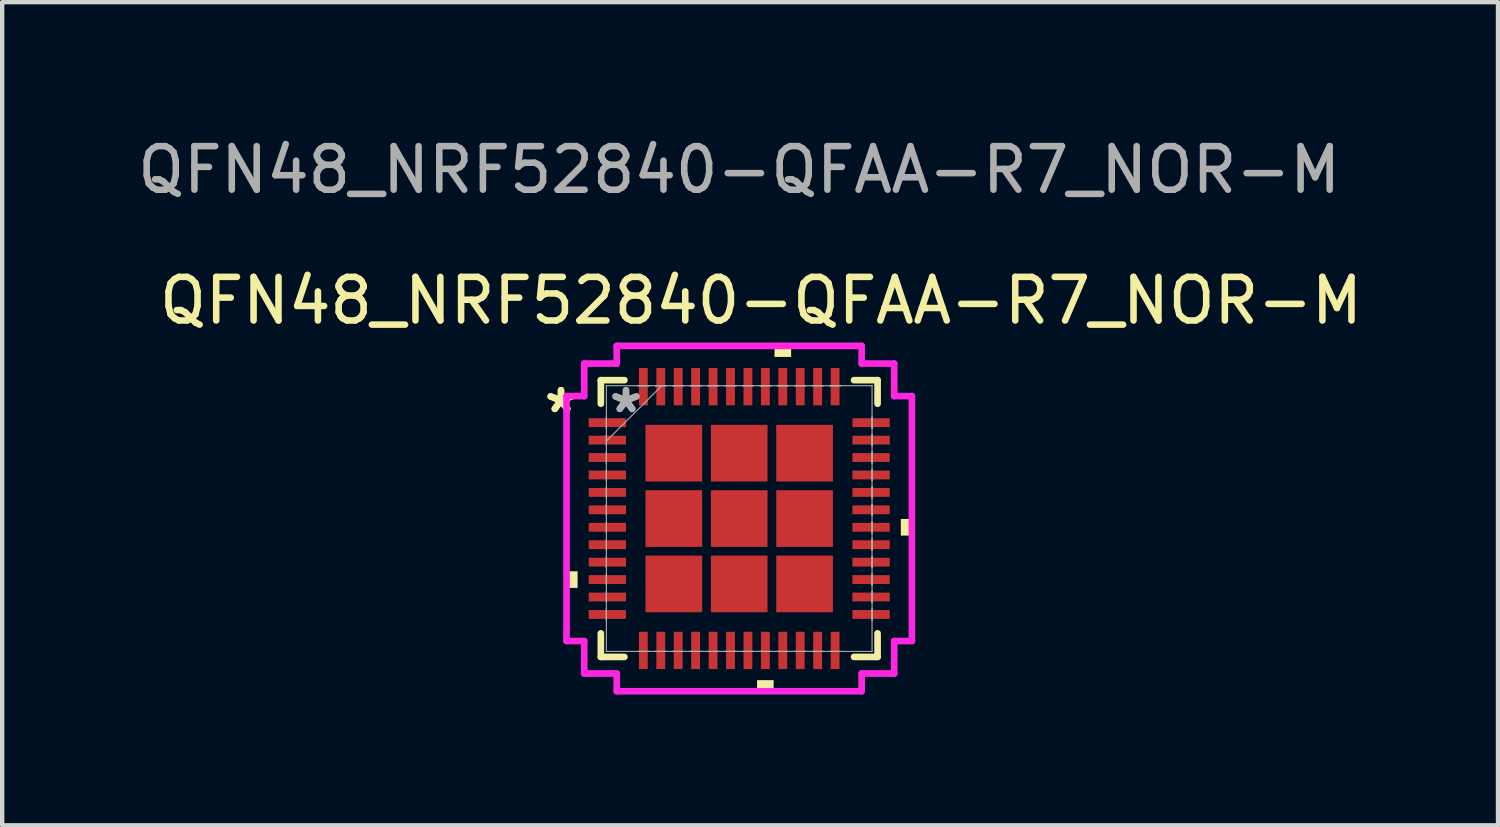
<source format=kicad_pcb>
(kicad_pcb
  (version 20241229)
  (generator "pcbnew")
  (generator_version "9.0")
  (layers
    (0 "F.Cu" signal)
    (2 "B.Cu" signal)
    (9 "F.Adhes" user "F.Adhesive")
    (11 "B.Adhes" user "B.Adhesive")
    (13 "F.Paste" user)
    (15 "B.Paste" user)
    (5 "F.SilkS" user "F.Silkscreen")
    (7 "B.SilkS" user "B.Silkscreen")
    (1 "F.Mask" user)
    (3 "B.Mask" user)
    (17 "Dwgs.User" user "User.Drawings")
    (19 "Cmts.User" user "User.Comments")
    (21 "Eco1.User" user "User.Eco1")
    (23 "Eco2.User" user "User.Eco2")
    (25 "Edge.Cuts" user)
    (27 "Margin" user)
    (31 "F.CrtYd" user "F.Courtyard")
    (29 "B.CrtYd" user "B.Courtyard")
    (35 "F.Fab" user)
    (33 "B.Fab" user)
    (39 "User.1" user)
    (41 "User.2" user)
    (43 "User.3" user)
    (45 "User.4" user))
  (footprint "QFN48_NRF52840-QFAA-R7_NOR-M"
    (layer "F.Cu")
    (at 13.911 8.848)
    (property "Reference" "QFN48_NRF52840-QFAA-R7_NOR-M" (at 0.5 -5 0) (unlocked yes) (layer "F.SilkS") (effects (font (size 1 1) (thickness 0.15))))
    (attr smd)
    (fp_line (start -3.175 -3.175) (end -3.175 -2.634) (stroke (width 0.152) (type solid)) (layer "F.SilkS"))
    (fp_line (start -3.175 2.634) (end -3.175 3.175) (stroke (width 0.152) (type solid)) (layer "F.SilkS"))
    (fp_line (start -3.175 3.175) (end -2.634 3.175) (stroke (width 0.152) (type solid)) (layer "F.SilkS"))
    (fp_line (start -2.634 -3.175) (end -3.175 -3.175) (stroke (width 0.152) (type solid)) (layer "F.SilkS"))
    (fp_line (start 2.634 3.175) (end 3.175 3.175) (stroke (width 0.152) (type solid)) (layer "F.SilkS"))
    (fp_line (start 3.175 -3.175) (end 2.634 -3.175) (stroke (width 0.152) (type solid)) (layer "F.SilkS"))
    (fp_line (start 3.175 -2.634) (end 3.175 -3.175) (stroke (width 0.152) (type solid)) (layer "F.SilkS"))
    (fp_line (start 3.175 3.175) (end 3.175 2.634) (stroke (width 0.152) (type solid)) (layer "F.SilkS"))
    (fp_poly (pts (xy -3.962 1.21) (xy -3.962 1.591) (xy -3.708 1.591) (xy -3.708 1.21)) (stroke (width 0) (type solid)) (fill yes) (layer "F.SilkS"))
    (fp_poly (pts (xy 0.409 3.708) (xy 0.409 3.962) (xy 0.79 3.962) (xy 0.79 3.708)) (stroke (width 0) (type solid)) (fill yes) (layer "F.SilkS"))
    (fp_poly (pts (xy 0.81 -3.708) (xy 0.81 -3.962) (xy 1.191 -3.962) (xy 1.191 -3.708)) (stroke (width 0) (type solid)) (fill yes) (layer "F.SilkS"))
    (fp_poly (pts (xy 3.962 0.009) (xy 3.962 0.391) (xy 3.708 0.391) (xy 3.708 0.009)) (stroke (width 0) (type solid)) (fill yes) (layer "F.SilkS"))
    (fp_poly (pts (xy -2.249 -2.249) (xy -2.249 -0.883) (xy -0.883 -0.883) (xy -0.883 -2.249)) (stroke (width 0) (type solid)) (fill yes) (layer "F.Paste"))
    (fp_poly (pts (xy -2.249 -0.683) (xy -2.249 0.683) (xy -0.883 0.683) (xy -0.883 -0.683)) (stroke (width 0) (type solid)) (fill yes) (layer "F.Paste"))
    (fp_poly (pts (xy -2.249 0.883) (xy -2.249 2.249) (xy -0.883 2.249) (xy -0.883 0.883)) (stroke (width 0) (type solid)) (fill yes) (layer "F.Paste"))
    (fp_poly (pts (xy -0.683 -2.249) (xy -0.683 -0.883) (xy 0.683 -0.883) (xy 0.683 -2.249)) (stroke (width 0) (type solid)) (fill yes) (layer "F.Paste"))
    (fp_poly (pts (xy -0.683 -0.683) (xy -0.683 0.683) (xy 0.683 0.683) (xy 0.683 -0.683)) (stroke (width 0) (type solid)) (fill yes) (layer "F.Paste"))
    (fp_poly (pts (xy -0.683 0.883) (xy -0.683 2.249) (xy 0.683 2.249) (xy 0.683 0.883)) (stroke (width 0) (type solid)) (fill yes) (layer "F.Paste"))
    (fp_poly (pts (xy 0.883 -2.249) (xy 0.883 -0.883) (xy 2.249 -0.883) (xy 2.249 -2.249)) (stroke (width 0) (type solid)) (fill yes) (layer "F.Paste"))
    (fp_poly (pts (xy 0.883 -0.683) (xy 0.883 0.683) (xy 2.249 0.683) (xy 2.249 -0.683)) (stroke (width 0) (type solid)) (fill yes) (layer "F.Paste"))
    (fp_poly (pts (xy 0.883 0.883) (xy 0.883 2.249) (xy 2.249 2.249) (xy 2.249 0.883)) (stroke (width 0) (type solid)) (fill yes) (layer "F.Paste"))
    (fp_line (start -3.962 -2.81) (end -3.556 -2.81) (stroke (width 0.152) (type solid)) (layer "F.CrtYd"))
    (fp_line (start -3.962 2.81) (end -3.962 -2.81) (stroke (width 0.152) (type solid)) (layer "F.CrtYd"))
    (fp_line (start -3.556 -3.556) (end -2.81 -3.556) (stroke (width 0.152) (type solid)) (layer "F.CrtYd"))
    (fp_line (start -3.556 -2.81) (end -3.556 -3.556) (stroke (width 0.152) (type solid)) (layer "F.CrtYd"))
    (fp_line (start -3.556 2.81) (end -3.962 2.81) (stroke (width 0.152) (type solid)) (layer "F.CrtYd"))
    (fp_line (start -3.556 3.556) (end -3.556 2.81) (stroke (width 0.152) (type solid)) (layer "F.CrtYd"))
    (fp_line (start -2.81 -3.962) (end 2.81 -3.962) (stroke (width 0.152) (type solid)) (layer "F.CrtYd"))
    (fp_line (start -2.81 -3.556) (end -2.81 -3.962) (stroke (width 0.152) (type solid)) (layer "F.CrtYd"))
    (fp_line (start -2.81 3.556) (end -3.556 3.556) (stroke (width 0.152) (type solid)) (layer "F.CrtYd"))
    (fp_line (start -2.81 3.962) (end -2.81 3.556) (stroke (width 0.152) (type solid)) (layer "F.CrtYd"))
    (fp_line (start 2.81 -3.962) (end 2.81 -3.556) (stroke (width 0.152) (type solid)) (layer "F.CrtYd"))
    (fp_line (start 2.81 -3.556) (end 3.556 -3.556) (stroke (width 0.152) (type solid)) (layer "F.CrtYd"))
    (fp_line (start 2.81 3.556) (end 2.81 3.962) (stroke (width 0.152) (type solid)) (layer "F.CrtYd"))
    (fp_line (start 2.81 3.962) (end -2.81 3.962) (stroke (width 0.152) (type solid)) (layer "F.CrtYd"))
    (fp_line (start 3.556 -3.556) (end 3.556 -2.81) (stroke (width 0.152) (type solid)) (layer "F.CrtYd"))
    (fp_line (start 3.556 -2.81) (end 3.962 -2.81) (stroke (width 0.152) (type solid)) (layer "F.CrtYd"))
    (fp_line (start 3.556 2.81) (end 3.556 3.556) (stroke (width 0.152) (type solid)) (layer "F.CrtYd"))
    (fp_line (start 3.556 3.556) (end 2.81 3.556) (stroke (width 0.152) (type solid)) (layer "F.CrtYd"))
    (fp_line (start 3.962 -2.81) (end 3.962 2.81) (stroke (width 0.152) (type solid)) (layer "F.CrtYd"))
    (fp_line (start 3.962 2.81) (end 3.556 2.81) (stroke (width 0.152) (type solid)) (layer "F.CrtYd"))
    (fp_line (start -3.048 -3.048) (end -3.048 -3.048) (stroke (width 0.025) (type solid)) (layer "F.Fab"))
    (fp_line (start -3.048 -3.048) (end -3.048 3.048) (stroke (width 0.025) (type solid)) (layer "F.Fab"))
    (fp_line (start -3.048 -2.327) (end -3.048 -2.327) (stroke (width 0.025) (type solid)) (layer "F.Fab"))
    (fp_line (start -3.048 -2.327) (end -3.048 -2.073) (stroke (width 0.025) (type solid)) (layer "F.Fab"))
    (fp_line (start -3.048 -2.073) (end -3.048 -2.327) (stroke (width 0.025) (type solid)) (layer "F.Fab"))
    (fp_line (start -3.048 -2.073) (end -3.048 -2.073) (stroke (width 0.025) (type solid)) (layer "F.Fab"))
    (fp_line (start -3.048 -1.927) (end -3.048 -1.927) (stroke (width 0.025) (type solid)) (layer "F.Fab"))
    (fp_line (start -3.048 -1.927) (end -3.048 -1.673) (stroke (width 0.025) (type solid)) (layer "F.Fab"))
    (fp_line (start -3.048 -1.778) (end -1.778 -3.048) (stroke (width 0.025) (type solid)) (layer "F.Fab"))
    (fp_line (start -3.048 -1.673) (end -3.048 -1.927) (stroke (width 0.025) (type solid)) (layer "F.Fab"))
    (fp_line (start -3.048 -1.673) (end -3.048 -1.673) (stroke (width 0.025) (type solid)) (layer "F.Fab"))
    (fp_line (start -3.048 -1.527) (end -3.048 -1.527) (stroke (width 0.025) (type solid)) (layer "F.Fab"))
    (fp_line (start -3.048 -1.527) (end -3.048 -1.273) (stroke (width 0.025) (type solid)) (layer "F.Fab"))
    (fp_line (start -3.048 -1.273) (end -3.048 -1.527) (stroke (width 0.025) (type solid)) (layer "F.Fab"))
    (fp_line (start -3.048 -1.273) (end -3.048 -1.273) (stroke (width 0.025) (type solid)) (layer "F.Fab"))
    (fp_line (start -3.048 -1.127) (end -3.048 -1.127) (stroke (width 0.025) (type solid)) (layer "F.Fab"))
    (fp_line (start -3.048 -1.127) (end -3.048 -0.873) (stroke (width 0.025) (type solid)) (layer "F.Fab"))
    (fp_line (start -3.048 -0.873) (end -3.048 -1.127) (stroke (width 0.025) (type solid)) (layer "F.Fab"))
    (fp_line (start -3.048 -0.873) (end -3.048 -0.873) (stroke (width 0.025) (type solid)) (layer "F.Fab"))
    (fp_line (start -3.048 -0.727) (end -3.048 -0.727) (stroke (width 0.025) (type solid)) (layer "F.Fab"))
    (fp_line (start -3.048 -0.727) (end -3.048 -0.473) (stroke (width 0.025) (type solid)) (layer "F.Fab"))
    (fp_line (start -3.048 -0.473) (end -3.048 -0.727) (stroke (width 0.025) (type solid)) (layer "F.Fab"))
    (fp_line (start -3.048 -0.473) (end -3.048 -0.473) (stroke (width 0.025) (type solid)) (layer "F.Fab"))
    (fp_line (start -3.048 -0.327) (end -3.048 -0.327) (stroke (width 0.025) (type solid)) (layer "F.Fab"))
    (fp_line (start -3.048 -0.327) (end -3.048 -0.073) (stroke (width 0.025) (type solid)) (layer "F.Fab"))
    (fp_line (start -3.048 -0.073) (end -3.048 -0.327) (stroke (width 0.025) (type solid)) (layer "F.Fab"))
    (fp_line (start -3.048 -0.073) (end -3.048 -0.073) (stroke (width 0.025) (type solid)) (layer "F.Fab"))
    (fp_line (start -3.048 0.073) (end -3.048 0.073) (stroke (width 0.025) (type solid)) (layer "F.Fab"))
    (fp_line (start -3.048 0.073) (end -3.048 0.327) (stroke (width 0.025) (type solid)) (layer "F.Fab"))
    (fp_line (start -3.048 0.327) (end -3.048 0.073) (stroke (width 0.025) (type solid)) (layer "F.Fab"))
    (fp_line (start -3.048 0.327) (end -3.048 0.327) (stroke (width 0.025) (type solid)) (layer "F.Fab"))
    (fp_line (start -3.048 0.473) (end -3.048 0.473) (stroke (width 0.025) (type solid)) (layer "F.Fab"))
    (fp_line (start -3.048 0.473) (end -3.048 0.727) (stroke (width 0.025) (type solid)) (layer "F.Fab"))
    (fp_line (start -3.048 0.727) (end -3.048 0.473) (stroke (width 0.025) (type solid)) (layer "F.Fab"))
    (fp_line (start -3.048 0.727) (end -3.048 0.727) (stroke (width 0.025) (type solid)) (layer "F.Fab"))
    (fp_line (start -3.048 0.873) (end -3.048 0.873) (stroke (width 0.025) (type solid)) (layer "F.Fab"))
    (fp_line (start -3.048 0.873) (end -3.048 1.127) (stroke (width 0.025) (type solid)) (layer "F.Fab"))
    (fp_line (start -3.048 1.127) (end -3.048 0.873) (stroke (width 0.025) (type solid)) (layer "F.Fab"))
    (fp_line (start -3.048 1.127) (end -3.048 1.127) (stroke (width 0.025) (type solid)) (layer "F.Fab"))
    (fp_line (start -3.048 1.273) (end -3.048 1.273) (stroke (width 0.025) (type solid)) (layer "F.Fab"))
    (fp_line (start -3.048 1.273) (end -3.048 1.527) (stroke (width 0.025) (type solid)) (layer "F.Fab"))
    (fp_line (start -3.048 1.527) (end -3.048 1.273) (stroke (width 0.025) (type solid)) (layer "F.Fab"))
    (fp_line (start -3.048 1.527) (end -3.048 1.527) (stroke (width 0.025) (type solid)) (layer "F.Fab"))
    (fp_line (start -3.048 1.673) (end -3.048 1.673) (stroke (width 0.025) (type solid)) (layer "F.Fab"))
    (fp_line (start -3.048 1.673) (end -3.048 1.927) (stroke (width 0.025) (type solid)) (layer "F.Fab"))
    (fp_line (start -3.048 1.927) (end -3.048 1.673) (stroke (width 0.025) (type solid)) (layer "F.Fab"))
    (fp_line (start -3.048 1.927) (end -3.048 1.927) (stroke (width 0.025) (type solid)) (layer "F.Fab"))
    (fp_line (start -3.048 2.073) (end -3.048 2.073) (stroke (width 0.025) (type solid)) (layer "F.Fab"))
    (fp_line (start -3.048 2.073) (end -3.048 2.327) (stroke (width 0.025) (type solid)) (layer "F.Fab"))
    (fp_line (start -3.048 2.327) (end -3.048 2.073) (stroke (width 0.025) (type solid)) (layer "F.Fab"))
    (fp_line (start -3.048 2.327) (end -3.048 2.327) (stroke (width 0.025) (type solid)) (layer "F.Fab"))
    (fp_line (start -3.048 3.048) (end -3.048 3.048) (stroke (width 0.025) (type solid)) (layer "F.Fab"))
    (fp_line (start -3.048 3.048) (end 3.048 3.048) (stroke (width 0.025) (type solid)) (layer "F.Fab"))
    (fp_line (start -2.327 -3.048) (end -2.327 -3.048) (stroke (width 0.025) (type solid)) (layer "F.Fab"))
    (fp_line (start -2.327 -3.048) (end -2.073 -3.048) (stroke (width 0.025) (type solid)) (layer "F.Fab"))
    (fp_line (start -2.327 3.048) (end -2.327 3.048) (stroke (width 0.025) (type solid)) (layer "F.Fab"))
    (fp_line (start -2.327 3.048) (end -2.073 3.048) (stroke (width 0.025) (type solid)) (layer "F.Fab"))
    (fp_line (start -2.073 -3.048) (end -2.327 -3.048) (stroke (width 0.025) (type solid)) (layer "F.Fab"))
    (fp_line (start -2.073 -3.048) (end -2.073 -3.048) (stroke (width 0.025) (type solid)) (layer "F.Fab"))
    (fp_line (start -2.073 3.048) (end -2.327 3.048) (stroke (width 0.025) (type solid)) (layer "F.Fab"))
    (fp_line (start -2.073 3.048) (end -2.073 3.048) (stroke (width 0.025) (type solid)) (layer "F.Fab"))
    (fp_line (start -1.927 -3.048) (end -1.927 -3.048) (stroke (width 0.025) (type solid)) (layer "F.Fab"))
    (fp_line (start -1.927 -3.048) (end -1.673 -3.048) (stroke (width 0.025) (type solid)) (layer "F.Fab"))
    (fp_line (start -1.927 3.048) (end -1.927 3.048) (stroke (width 0.025) (type solid)) (layer "F.Fab"))
    (fp_line (start -1.927 3.048) (end -1.673 3.048) (stroke (width 0.025) (type solid)) (layer "F.Fab"))
    (fp_line (start -1.673 -3.048) (end -1.927 -3.048) (stroke (width 0.025) (type solid)) (layer "F.Fab"))
    (fp_line (start -1.673 -3.048) (end -1.673 -3.048) (stroke (width 0.025) (type solid)) (layer "F.Fab"))
    (fp_line (start -1.673 3.048) (end -1.927 3.048) (stroke (width 0.025) (type solid)) (layer "F.Fab"))
    (fp_line (start -1.673 3.048) (end -1.673 3.048) (stroke (width 0.025) (type solid)) (layer "F.Fab"))
    (fp_line (start -1.527 -3.048) (end -1.527 -3.048) (stroke (width 0.025) (type solid)) (layer "F.Fab"))
    (fp_line (start -1.527 -3.048) (end -1.273 -3.048) (stroke (width 0.025) (type solid)) (layer "F.Fab"))
    (fp_line (start -1.527 3.048) (end -1.527 3.048) (stroke (width 0.025) (type solid)) (layer "F.Fab"))
    (fp_line (start -1.527 3.048) (end -1.273 3.048) (stroke (width 0.025) (type solid)) (layer "F.Fab"))
    (fp_line (start -1.273 -3.048) (end -1.527 -3.048) (stroke (width 0.025) (type solid)) (layer "F.Fab"))
    (fp_line (start -1.273 -3.048) (end -1.273 -3.048) (stroke (width 0.025) (type solid)) (layer "F.Fab"))
    (fp_line (start -1.273 3.048) (end -1.527 3.048) (stroke (width 0.025) (type solid)) (layer "F.Fab"))
    (fp_line (start -1.273 3.048) (end -1.273 3.048) (stroke (width 0.025) (type solid)) (layer "F.Fab"))
    (fp_line (start -1.127 -3.048) (end -1.127 -3.048) (stroke (width 0.025) (type solid)) (layer "F.Fab"))
    (fp_line (start -1.127 -3.048) (end -0.873 -3.048) (stroke (width 0.025) (type solid)) (layer "F.Fab"))
    (fp_line (start -1.127 3.048) (end -1.127 3.048) (stroke (width 0.025) (type solid)) (layer "F.Fab"))
    (fp_line (start -1.127 3.048) (end -0.873 3.048) (stroke (width 0.025) (type solid)) (layer "F.Fab"))
    (fp_line (start -0.873 -3.048) (end -1.127 -3.048) (stroke (width 0.025) (type solid)) (layer "F.Fab"))
    (fp_line (start -0.873 -3.048) (end -0.873 -3.048) (stroke (width 0.025) (type solid)) (layer "F.Fab"))
    (fp_line (start -0.873 3.048) (end -1.127 3.048) (stroke (width 0.025) (type solid)) (layer "F.Fab"))
    (fp_line (start -0.873 3.048) (end -0.873 3.048) (stroke (width 0.025) (type solid)) (layer "F.Fab"))
    (fp_line (start -0.727 -3.048) (end -0.727 -3.048) (stroke (width 0.025) (type solid)) (layer "F.Fab"))
    (fp_line (start -0.727 -3.048) (end -0.473 -3.048) (stroke (width 0.025) (type solid)) (layer "F.Fab"))
    (fp_line (start -0.727 3.048) (end -0.727 3.048) (stroke (width 0.025) (type solid)) (layer "F.Fab"))
    (fp_line (start -0.727 3.048) (end -0.473 3.048) (stroke (width 0.025) (type solid)) (layer "F.Fab"))
    (fp_line (start -0.473 -3.048) (end -0.727 -3.048) (stroke (width 0.025) (type solid)) (layer "F.Fab"))
    (fp_line (start -0.473 -3.048) (end -0.473 -3.048) (stroke (width 0.025) (type solid)) (layer "F.Fab"))
    (fp_line (start -0.473 3.048) (end -0.727 3.048) (stroke (width 0.025) (type solid)) (layer "F.Fab"))
    (fp_line (start -0.473 3.048) (end -0.473 3.048) (stroke (width 0.025) (type solid)) (layer "F.Fab"))
    (fp_line (start -0.327 -3.048) (end -0.327 -3.048) (stroke (width 0.025) (type solid)) (layer "F.Fab"))
    (fp_line (start -0.327 -3.048) (end -0.073 -3.048) (stroke (width 0.025) (type solid)) (layer "F.Fab"))
    (fp_line (start -0.327 3.048) (end -0.327 3.048) (stroke (width 0.025) (type solid)) (layer "F.Fab"))
    (fp_line (start -0.327 3.048) (end -0.073 3.048) (stroke (width 0.025) (type solid)) (layer "F.Fab"))
    (fp_line (start -0.073 -3.048) (end -0.327 -3.048) (stroke (width 0.025) (type solid)) (layer "F.Fab"))
    (fp_line (start -0.073 -3.048) (end -0.073 -3.048) (stroke (width 0.025) (type solid)) (layer "F.Fab"))
    (fp_line (start -0.073 3.048) (end -0.327 3.048) (stroke (width 0.025) (type solid)) (layer "F.Fab"))
    (fp_line (start -0.073 3.048) (end -0.073 3.048) (stroke (width 0.025) (type solid)) (layer "F.Fab"))
    (fp_line (start 0.073 -3.048) (end 0.073 -3.048) (stroke (width 0.025) (type solid)) (layer "F.Fab"))
    (fp_line (start 0.073 -3.048) (end 0.327 -3.048) (stroke (width 0.025) (type solid)) (layer "F.Fab"))
    (fp_line (start 0.073 3.048) (end 0.073 3.048) (stroke (width 0.025) (type solid)) (layer "F.Fab"))
    (fp_line (start 0.073 3.048) (end 0.327 3.048) (stroke (width 0.025) (type solid)) (layer "F.Fab"))
    (fp_line (start 0.327 -3.048) (end 0.073 -3.048) (stroke (width 0.025) (type solid)) (layer "F.Fab"))
    (fp_line (start 0.327 -3.048) (end 0.327 -3.048) (stroke (width 0.025) (type solid)) (layer "F.Fab"))
    (fp_line (start 0.327 3.048) (end 0.073 3.048) (stroke (width 0.025) (type solid)) (layer "F.Fab"))
    (fp_line (start 0.327 3.048) (end 0.327 3.048) (stroke (width 0.025) (type solid)) (layer "F.Fab"))
    (fp_line (start 0.473 -3.048) (end 0.473 -3.048) (stroke (width 0.025) (type solid)) (layer "F.Fab"))
    (fp_line (start 0.473 -3.048) (end 0.727 -3.048) (stroke (width 0.025) (type solid)) (layer "F.Fab"))
    (fp_line (start 0.473 3.048) (end 0.473 3.048) (stroke (width 0.025) (type solid)) (layer "F.Fab"))
    (fp_line (start 0.473 3.048) (end 0.727 3.048) (stroke (width 0.025) (type solid)) (layer "F.Fab"))
    (fp_line (start 0.727 -3.048) (end 0.473 -3.048) (stroke (width 0.025) (type solid)) (layer "F.Fab"))
    (fp_line (start 0.727 -3.048) (end 0.727 -3.048) (stroke (width 0.025) (type solid)) (layer "F.Fab"))
    (fp_line (start 0.727 3.048) (end 0.473 3.048) (stroke (width 0.025) (type solid)) (layer "F.Fab"))
    (fp_line (start 0.727 3.048) (end 0.727 3.048) (stroke (width 0.025) (type solid)) (layer "F.Fab"))
    (fp_line (start 0.873 -3.048) (end 0.873 -3.048) (stroke (width 0.025) (type solid)) (layer "F.Fab"))
    (fp_line (start 0.873 -3.048) (end 1.127 -3.048) (stroke (width 0.025) (type solid)) (layer "F.Fab"))
    (fp_line (start 0.873 3.048) (end 0.873 3.048) (stroke (width 0.025) (type solid)) (layer "F.Fab"))
    (fp_line (start 0.873 3.048) (end 1.127 3.048) (stroke (width 0.025) (type solid)) (layer "F.Fab"))
    (fp_line (start 1.127 -3.048) (end 0.873 -3.048) (stroke (width 0.025) (type solid)) (layer "F.Fab"))
    (fp_line (start 1.127 -3.048) (end 1.127 -3.048) (stroke (width 0.025) (type solid)) (layer "F.Fab"))
    (fp_line (start 1.127 3.048) (end 0.873 3.048) (stroke (width 0.025) (type solid)) (layer "F.Fab"))
    (fp_line (start 1.127 3.048) (end 1.127 3.048) (stroke (width 0.025) (type solid)) (layer "F.Fab"))
    (fp_line (start 1.273 -3.048) (end 1.273 -3.048) (stroke (width 0.025) (type solid)) (layer "F.Fab"))
    (fp_line (start 1.273 -3.048) (end 1.527 -3.048) (stroke (width 0.025) (type solid)) (layer "F.Fab"))
    (fp_line (start 1.273 3.048) (end 1.273 3.048) (stroke (width 0.025) (type solid)) (layer "F.Fab"))
    (fp_line (start 1.273 3.048) (end 1.527 3.048) (stroke (width 0.025) (type solid)) (layer "F.Fab"))
    (fp_line (start 1.527 -3.048) (end 1.273 -3.048) (stroke (width 0.025) (type solid)) (layer "F.Fab"))
    (fp_line (start 1.527 -3.048) (end 1.527 -3.048) (stroke (width 0.025) (type solid)) (layer "F.Fab"))
    (fp_line (start 1.527 3.048) (end 1.273 3.048) (stroke (width 0.025) (type solid)) (layer "F.Fab"))
    (fp_line (start 1.527 3.048) (end 1.527 3.048) (stroke (width 0.025) (type solid)) (layer "F.Fab"))
    (fp_line (start 1.673 -3.048) (end 1.673 -3.048) (stroke (width 0.025) (type solid)) (layer "F.Fab"))
    (fp_line (start 1.673 -3.048) (end 1.927 -3.048) (stroke (width 0.025) (type solid)) (layer "F.Fab"))
    (fp_line (start 1.673 3.048) (end 1.673 3.048) (stroke (width 0.025) (type solid)) (layer "F.Fab"))
    (fp_line (start 1.673 3.048) (end 1.927 3.048) (stroke (width 0.025) (type solid)) (layer "F.Fab"))
    (fp_line (start 1.927 -3.048) (end 1.673 -3.048) (stroke (width 0.025) (type solid)) (layer "F.Fab"))
    (fp_line (start 1.927 -3.048) (end 1.927 -3.048) (stroke (width 0.025) (type solid)) (layer "F.Fab"))
    (fp_line (start 1.927 3.048) (end 1.673 3.048) (stroke (width 0.025) (type solid)) (layer "F.Fab"))
    (fp_line (start 1.927 3.048) (end 1.927 3.048) (stroke (width 0.025) (type solid)) (layer "F.Fab"))
    (fp_line (start 2.073 -3.048) (end 2.073 -3.048) (stroke (width 0.025) (type solid)) (layer "F.Fab"))
    (fp_line (start 2.073 -3.048) (end 2.327 -3.048) (stroke (width 0.025) (type solid)) (layer "F.Fab"))
    (fp_line (start 2.073 3.048) (end 2.073 3.048) (stroke (width 0.025) (type solid)) (layer "F.Fab"))
    (fp_line (start 2.073 3.048) (end 2.327 3.048) (stroke (width 0.025) (type solid)) (layer "F.Fab"))
    (fp_line (start 2.327 -3.048) (end 2.073 -3.048) (stroke (width 0.025) (type solid)) (layer "F.Fab"))
    (fp_line (start 2.327 -3.048) (end 2.327 -3.048) (stroke (width 0.025) (type solid)) (layer "F.Fab"))
    (fp_line (start 2.327 3.048) (end 2.073 3.048) (stroke (width 0.025) (type solid)) (layer "F.Fab"))
    (fp_line (start 2.327 3.048) (end 2.327 3.048) (stroke (width 0.025) (type solid)) (layer "F.Fab"))
    (fp_line (start 3.048 -3.048) (end -3.048 -3.048) (stroke (width 0.025) (type solid)) (layer "F.Fab"))
    (fp_line (start 3.048 -3.048) (end 3.048 -3.048) (stroke (width 0.025) (type solid)) (layer "F.Fab"))
    (fp_line (start 3.048 -2.327) (end 3.048 -2.327) (stroke (width 0.025) (type solid)) (layer "F.Fab"))
    (fp_line (start 3.048 -2.327) (end 3.048 -2.073) (stroke (width 0.025) (type solid)) (layer "F.Fab"))
    (fp_line (start 3.048 -2.073) (end 3.048 -2.327) (stroke (width 0.025) (type solid)) (layer "F.Fab"))
    (fp_line (start 3.048 -2.073) (end 3.048 -2.073) (stroke (width 0.025) (type solid)) (layer "F.Fab"))
    (fp_line (start 3.048 -1.927) (end 3.048 -1.927) (stroke (width 0.025) (type solid)) (layer "F.Fab"))
    (fp_line (start 3.048 -1.927) (end 3.048 -1.673) (stroke (width 0.025) (type solid)) (layer "F.Fab"))
    (fp_line (start 3.048 -1.673) (end 3.048 -1.927) (stroke (width 0.025) (type solid)) (layer "F.Fab"))
    (fp_line (start 3.048 -1.673) (end 3.048 -1.673) (stroke (width 0.025) (type solid)) (layer "F.Fab"))
    (fp_line (start 3.048 -1.527) (end 3.048 -1.527) (stroke (width 0.025) (type solid)) (layer "F.Fab"))
    (fp_line (start 3.048 -1.527) (end 3.048 -1.273) (stroke (width 0.025) (type solid)) (layer "F.Fab"))
    (fp_line (start 3.048 -1.273) (end 3.048 -1.527) (stroke (width 0.025) (type solid)) (layer "F.Fab"))
    (fp_line (start 3.048 -1.273) (end 3.048 -1.273) (stroke (width 0.025) (type solid)) (layer "F.Fab"))
    (fp_line (start 3.048 -1.127) (end 3.048 -1.127) (stroke (width 0.025) (type solid)) (layer "F.Fab"))
    (fp_line (start 3.048 -1.127) (end 3.048 -0.873) (stroke (width 0.025) (type solid)) (layer "F.Fab"))
    (fp_line (start 3.048 -0.873) (end 3.048 -1.127) (stroke (width 0.025) (type solid)) (layer "F.Fab"))
    (fp_line (start 3.048 -0.873) (end 3.048 -0.873) (stroke (width 0.025) (type solid)) (layer "F.Fab"))
    (fp_line (start 3.048 -0.727) (end 3.048 -0.727) (stroke (width 0.025) (type solid)) (layer "F.Fab"))
    (fp_line (start 3.048 -0.727) (end 3.048 -0.473) (stroke (width 0.025) (type solid)) (layer "F.Fab"))
    (fp_line (start 3.048 -0.473) (end 3.048 -0.727) (stroke (width 0.025) (type solid)) (layer "F.Fab"))
    (fp_line (start 3.048 -0.473) (end 3.048 -0.473) (stroke (width 0.025) (type solid)) (layer "F.Fab"))
    (fp_line (start 3.048 -0.327) (end 3.048 -0.327) (stroke (width 0.025) (type solid)) (layer "F.Fab"))
    (fp_line (start 3.048 -0.327) (end 3.048 -0.073) (stroke (width 0.025) (type solid)) (layer "F.Fab"))
    (fp_line (start 3.048 -0.073) (end 3.048 -0.327) (stroke (width 0.025) (type solid)) (layer "F.Fab"))
    (fp_line (start 3.048 -0.073) (end 3.048 -0.073) (stroke (width 0.025) (type solid)) (layer "F.Fab"))
    (fp_line (start 3.048 0.073) (end 3.048 0.073) (stroke (width 0.025) (type solid)) (layer "F.Fab"))
    (fp_line (start 3.048 0.073) (end 3.048 0.327) (stroke (width 0.025) (type solid)) (layer "F.Fab"))
    (fp_line (start 3.048 0.327) (end 3.048 0.073) (stroke (width 0.025) (type solid)) (layer "F.Fab"))
    (fp_line (start 3.048 0.327) (end 3.048 0.327) (stroke (width 0.025) (type solid)) (layer "F.Fab"))
    (fp_line (start 3.048 0.473) (end 3.048 0.473) (stroke (width 0.025) (type solid)) (layer "F.Fab"))
    (fp_line (start 3.048 0.473) (end 3.048 0.727) (stroke (width 0.025) (type solid)) (layer "F.Fab"))
    (fp_line (start 3.048 0.727) (end 3.048 0.473) (stroke (width 0.025) (type solid)) (layer "F.Fab"))
    (fp_line (start 3.048 0.727) (end 3.048 0.727) (stroke (width 0.025) (type solid)) (layer "F.Fab"))
    (fp_line (start 3.048 0.873) (end 3.048 0.873) (stroke (width 0.025) (type solid)) (layer "F.Fab"))
    (fp_line (start 3.048 0.873) (end 3.048 1.127) (stroke (width 0.025) (type solid)) (layer "F.Fab"))
    (fp_line (start 3.048 1.127) (end 3.048 0.873) (stroke (width 0.025) (type solid)) (layer "F.Fab"))
    (fp_line (start 3.048 1.127) (end 3.048 1.127) (stroke (width 0.025) (type solid)) (layer "F.Fab"))
    (fp_line (start 3.048 1.273) (end 3.048 1.273) (stroke (width 0.025) (type solid)) (layer "F.Fab"))
    (fp_line (start 3.048 1.273) (end 3.048 1.527) (stroke (width 0.025) (type solid)) (layer "F.Fab"))
    (fp_line (start 3.048 1.527) (end 3.048 1.273) (stroke (width 0.025) (type solid)) (layer "F.Fab"))
    (fp_line (start 3.048 1.527) (end 3.048 1.527) (stroke (width 0.025) (type solid)) (layer "F.Fab"))
    (fp_line (start 3.048 1.673) (end 3.048 1.673) (stroke (width 0.025) (type solid)) (layer "F.Fab"))
    (fp_line (start 3.048 1.673) (end 3.048 1.927) (stroke (width 0.025) (type solid)) (layer "F.Fab"))
    (fp_line (start 3.048 1.927) (end 3.048 1.673) (stroke (width 0.025) (type solid)) (layer "F.Fab"))
    (fp_line (start 3.048 1.927) (end 3.048 1.927) (stroke (width 0.025) (type solid)) (layer "F.Fab"))
    (fp_line (start 3.048 2.073) (end 3.048 2.073) (stroke (width 0.025) (type solid)) (layer "F.Fab"))
    (fp_line (start 3.048 2.073) (end 3.048 2.327) (stroke (width 0.025) (type solid)) (layer "F.Fab"))
    (fp_line (start 3.048 2.327) (end 3.048 2.073) (stroke (width 0.025) (type solid)) (layer "F.Fab"))
    (fp_line (start 3.048 2.327) (end 3.048 2.327) (stroke (width 0.025) (type solid)) (layer "F.Fab"))
    (fp_line (start 3.048 3.048) (end 3.048 -3.048) (stroke (width 0.025) (type solid)) (layer "F.Fab"))
    (fp_line (start 3.048 3.048) (end 3.048 3.048) (stroke (width 0.025) (type solid)) (layer "F.Fab"))
    (fp_text user "*" (at -4.089 -2.4 0) (layer "F.SilkS") (effects (font (size 1 1) (thickness 0.15))))
    (fp_text user "*" (at -4.089 -2.4 0) (unlocked yes) (layer "F.SilkS") (effects (font (size 1 1) (thickness 0.15))))
    (fp_text user "*" (at -2.598 -2.4 0) (layer "F.Fab") (effects (font (size 1 1) (thickness 0.15))))
    (fp_text user "${REFERENCE}" (at 0 -8 0) (unlocked yes) (layer "F.Fab") (effects (font (size 1 1) (thickness 0.15))))
    (fp_text user "*" (at -2.598 -2.4 0) (unlocked yes) (layer "F.Fab") (effects (font (size 1 1) (thickness 0.15))))
    (pad "1" smd rect (at -3.026 -2.2 90) (size 0.203 0.856) (layers "F.Cu" "F.Mask" "F.Paste"))
    (pad "2" smd rect (at -3.026 -1.8 90) (size 0.203 0.856) (layers "F.Cu" "F.Mask" "F.Paste"))
    (pad "3" smd rect (at -3.026 -1.4 90) (size 0.203 0.856) (layers "F.Cu" "F.Mask" "F.Paste"))
    (pad "4" smd rect (at -3.026 -1 90) (size 0.203 0.856) (layers "F.Cu" "F.Mask" "F.Paste"))
    (pad "5" smd rect (at -3.026 -0.6 90) (size 0.203 0.856) (layers "F.Cu" "F.Mask" "F.Paste"))
    (pad "6" smd rect (at -3.026 -0.2 90) (size 0.203 0.856) (layers "F.Cu" "F.Mask" "F.Paste"))
    (pad "7" smd rect (at -3.026 0.2 90) (size 0.203 0.856) (layers "F.Cu" "F.Mask" "F.Paste"))
    (pad "8" smd rect (at -3.026 0.6 90) (size 0.203 0.856) (layers "F.Cu" "F.Mask" "F.Paste"))
    (pad "9" smd rect (at -3.026 1 90) (size 0.203 0.856) (layers "F.Cu" "F.Mask" "F.Paste"))
    (pad "10" smd rect (at -3.026 1.4 90) (size 0.203 0.856) (layers "F.Cu" "F.Mask" "F.Paste"))
    (pad "11" smd rect (at -3.026 1.8 90) (size 0.203 0.856) (layers "F.Cu" "F.Mask" "F.Paste"))
    (pad "12" smd rect (at -3.026 2.2 90) (size 0.203 0.856) (layers "F.Cu" "F.Mask" "F.Paste"))
    (pad "13" smd rect (at -2.2 3.026) (size 0.203 0.856) (layers "F.Cu" "F.Mask" "F.Paste"))
    (pad "14" smd rect (at -1.8 3.026) (size 0.203 0.856) (layers "F.Cu" "F.Mask" "F.Paste"))
    (pad "15" smd rect (at -1.4 3.026) (size 0.203 0.856) (layers "F.Cu" "F.Mask" "F.Paste"))
    (pad "16" smd rect (at -1 3.026) (size 0.203 0.856) (layers "F.Cu" "F.Mask" "F.Paste"))
    (pad "17" smd rect (at -0.6 3.026) (size 0.203 0.856) (layers "F.Cu" "F.Mask" "F.Paste"))
    (pad "18" smd rect (at -0.2 3.026) (size 0.203 0.856) (layers "F.Cu" "F.Mask" "F.Paste"))
    (pad "19" smd rect (at 0.2 3.026) (size 0.203 0.856) (layers "F.Cu" "F.Mask" "F.Paste"))
    (pad "20" smd rect (at 0.6 3.026) (size 0.203 0.856) (layers "F.Cu" "F.Mask" "F.Paste"))
    (pad "21" smd rect (at 1 3.026) (size 0.203 0.856) (layers "F.Cu" "F.Mask" "F.Paste"))
    (pad "22" smd rect (at 1.4 3.026) (size 0.203 0.856) (layers "F.Cu" "F.Mask" "F.Paste"))
    (pad "23" smd rect (at 1.8 3.026) (size 0.203 0.856) (layers "F.Cu" "F.Mask" "F.Paste"))
    (pad "24" smd rect (at 2.2 3.026) (size 0.203 0.856) (layers "F.Cu" "F.Mask" "F.Paste"))
    (pad "25" smd rect (at 3.026 2.2 90) (size 0.203 0.856) (layers "F.Cu" "F.Mask" "F.Paste"))
    (pad "26" smd rect (at 3.026 1.8 90) (size 0.203 0.856) (layers "F.Cu" "F.Mask" "F.Paste"))
    (pad "27" smd rect (at 3.026 1.4 90) (size 0.203 0.856) (layers "F.Cu" "F.Mask" "F.Paste"))
    (pad "28" smd rect (at 3.026 1 90) (size 0.203 0.856) (layers "F.Cu" "F.Mask" "F.Paste"))
    (pad "29" smd rect (at 3.026 0.6 90) (size 0.203 0.856) (layers "F.Cu" "F.Mask" "F.Paste"))
    (pad "30" smd rect (at 3.026 0.2 90) (size 0.203 0.856) (layers "F.Cu" "F.Mask" "F.Paste"))
    (pad "31" smd rect (at 3.026 -0.2 90) (size 0.203 0.856) (layers "F.Cu" "F.Mask" "F.Paste"))
    (pad "32" smd rect (at 3.026 -0.6 90) (size 0.203 0.856) (layers "F.Cu" "F.Mask" "F.Paste"))
    (pad "33" smd rect (at 3.026 -1 90) (size 0.203 0.856) (layers "F.Cu" "F.Mask" "F.Paste"))
    (pad "34" smd rect (at 3.026 -1.4 90) (size 0.203 0.856) (layers "F.Cu" "F.Mask" "F.Paste"))
    (pad "35" smd rect (at 3.026 -1.8 90) (size 0.203 0.856) (layers "F.Cu" "F.Mask" "F.Paste"))
    (pad "36" smd rect (at 3.026 -2.2 90) (size 0.203 0.856) (layers "F.Cu" "F.Mask" "F.Paste"))
    (pad "37" smd rect (at 2.2 -3.026) (size 0.203 0.856) (layers "F.Cu" "F.Mask" "F.Paste"))
    (pad "38" smd rect (at 1.8 -3.026) (size 0.203 0.856) (layers "F.Cu" "F.Mask" "F.Paste"))
    (pad "39" smd rect (at 1.4 -3.026) (size 0.203 0.856) (layers "F.Cu" "F.Mask" "F.Paste"))
    (pad "40" smd rect (at 1 -3.026) (size 0.203 0.856) (layers "F.Cu" "F.Mask" "F.Paste"))
    (pad "41" smd rect (at 0.6 -3.026) (size 0.203 0.856) (layers "F.Cu" "F.Mask" "F.Paste"))
    (pad "42" smd rect (at 0.2 -3.026) (size 0.203 0.856) (layers "F.Cu" "F.Mask" "F.Paste"))
    (pad "43" smd rect (at -0.2 -3.026) (size 0.203 0.856) (layers "F.Cu" "F.Mask" "F.Paste"))
    (pad "44" smd rect (at -0.6 -3.026) (size 0.203 0.856) (layers "F.Cu" "F.Mask" "F.Paste"))
    (pad "45" smd rect (at -1 -3.026) (size 0.203 0.856) (layers "F.Cu" "F.Mask" "F.Paste"))
    (pad "46" smd rect (at -1.4 -3.026) (size 0.203 0.856) (layers "F.Cu" "F.Mask" "F.Paste"))
    (pad "47" smd rect (at -1.8 -3.026) (size 0.203 0.856) (layers "F.Cu" "F.Mask" "F.Paste"))
    (pad "48" smd rect (at -2.2 -3.026) (size 0.203 0.856) (layers "F.Cu" "F.Mask" "F.Paste"))
    (pad "49" smd rect (at -1.5 -1.5) (size 1.3 1.3) (layers "F.Cu" "F.Mask" "F.Paste"))
    (pad "49" smd rect (at -1.5 0) (size 1.3 1.3) (layers "F.Cu" "F.Mask" "F.Paste"))
    (pad "49" smd rect (at -1.5 1.5) (size 1.3 1.3) (layers "F.Cu" "F.Mask" "F.Paste"))
    (pad "49" smd rect (at 0 -1.5) (size 1.3 1.3) (layers "F.Cu" "F.Mask" "F.Paste"))
    (pad "49" smd rect (at 0 0) (size 1.3 1.3) (layers "F.Cu" "F.Mask" "F.Paste"))
    (pad "49" smd rect (at 0 1.5) (size 1.3 1.3) (layers "F.Cu" "F.Mask" "F.Paste"))
    (pad "49" smd rect (at 1.5 -1.5) (size 1.3 1.3) (layers "F.Cu" "F.Mask" "F.Paste"))
    (pad "49" smd rect (at 1.5 0) (size 1.3 1.3) (layers "F.Cu" "F.Mask" "F.Paste"))
    (pad "49" smd rect (at 1.5 1.5) (size 1.3 1.3) (layers "F.Cu" "F.Mask" "F.Paste")))
  (gr_rect
    (start -3 -3)
    (end 31.321 15.887)
    (stroke (width 0.1) (type default))
    (fill no)
    (layer "Edge.Cuts")))
</source>
